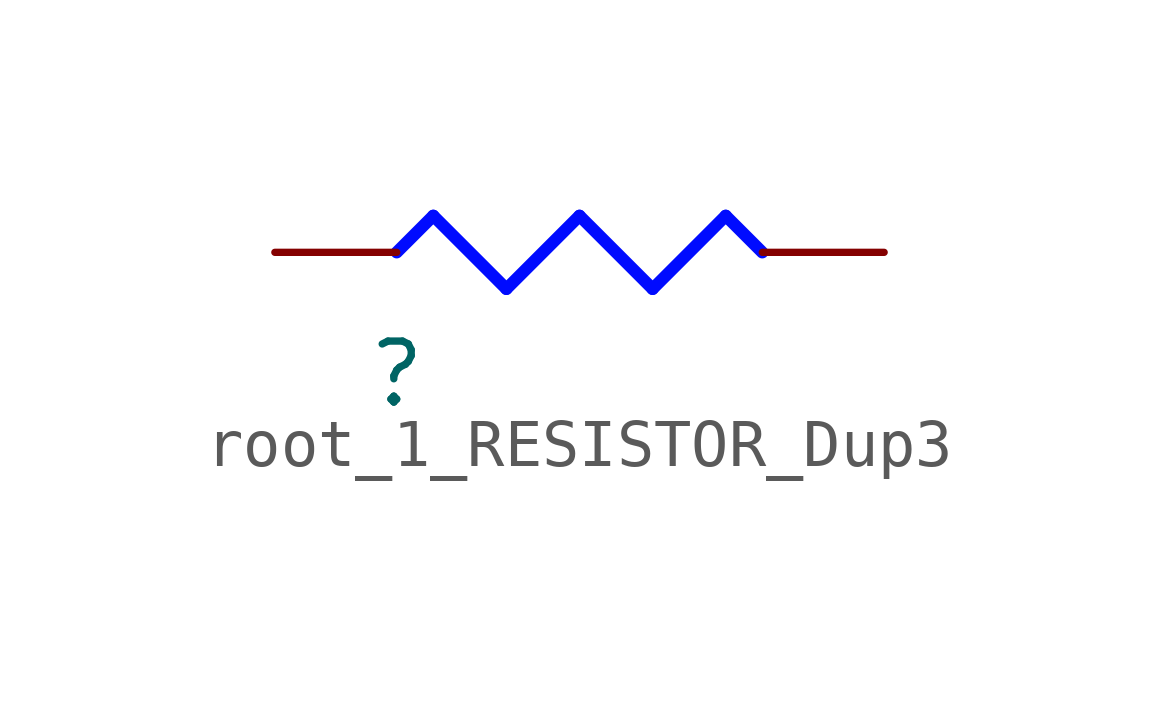
<source format=kicad_sym>
(kicad_symbol_lib
  (version 20231120)
  (generator "kicad_symbol_editor")
  (generator_version "8.0")
  (symbol "root_1_RESISTOR_Dup3"
    (property "Reference" ""
      (at 0 0 0)
      (effects (font (size 1.27 1.27))))
    (property "Value" ""
      (at 0 0 0)
      (effects (font (size 1.27 1.27))))
    (symbol "root_1_RESISTOR_Dup3_1_0"
      (polyline (pts (xy 0 2.54) (xy 0.762 3.302)) (stroke (width 0.254) (type solid) (color 0 11 255 1)) (fill (type none)))
      (polyline (pts (xy 0.762 3.302) (xy 2.286 1.778)) (stroke (width 0.254) (type solid) (color 0 11 255 1)) (fill (type none)))
      (polyline (pts (xy 2.286 1.778) (xy 3.81 3.302)) (stroke (width 0.254) (type solid) (color 0 11 255 1)) (fill (type none)))
      (polyline (pts (xy 3.81 3.302) (xy 5.334 1.778)) (stroke (width 0.254) (type solid) (color 0 11 255 1)) (fill (type none)))
      (polyline (pts (xy 5.334 1.778) (xy 6.858 3.302)) (stroke (width 0.254) (type solid) (color 0 11 255 1)) (fill (type none)))
      (polyline (pts (xy 6.858 3.302) (xy 7.62 2.54)) (stroke (width 0.254) (type solid) (color 0 11 255 1)) (fill (type none)))
      (pin passive line (at -2.54 2.54 0) (length 2.54) (name "1" (effects (font (size 0 0)))) (number "1" (effects (font (size 0 0)))))
      (pin passive line (at 10.16 2.54 180) (length 2.54) (name "2" (effects (font (size 0 0)))) (number "2" (effects (font (size 0 0))))))))
</source>
